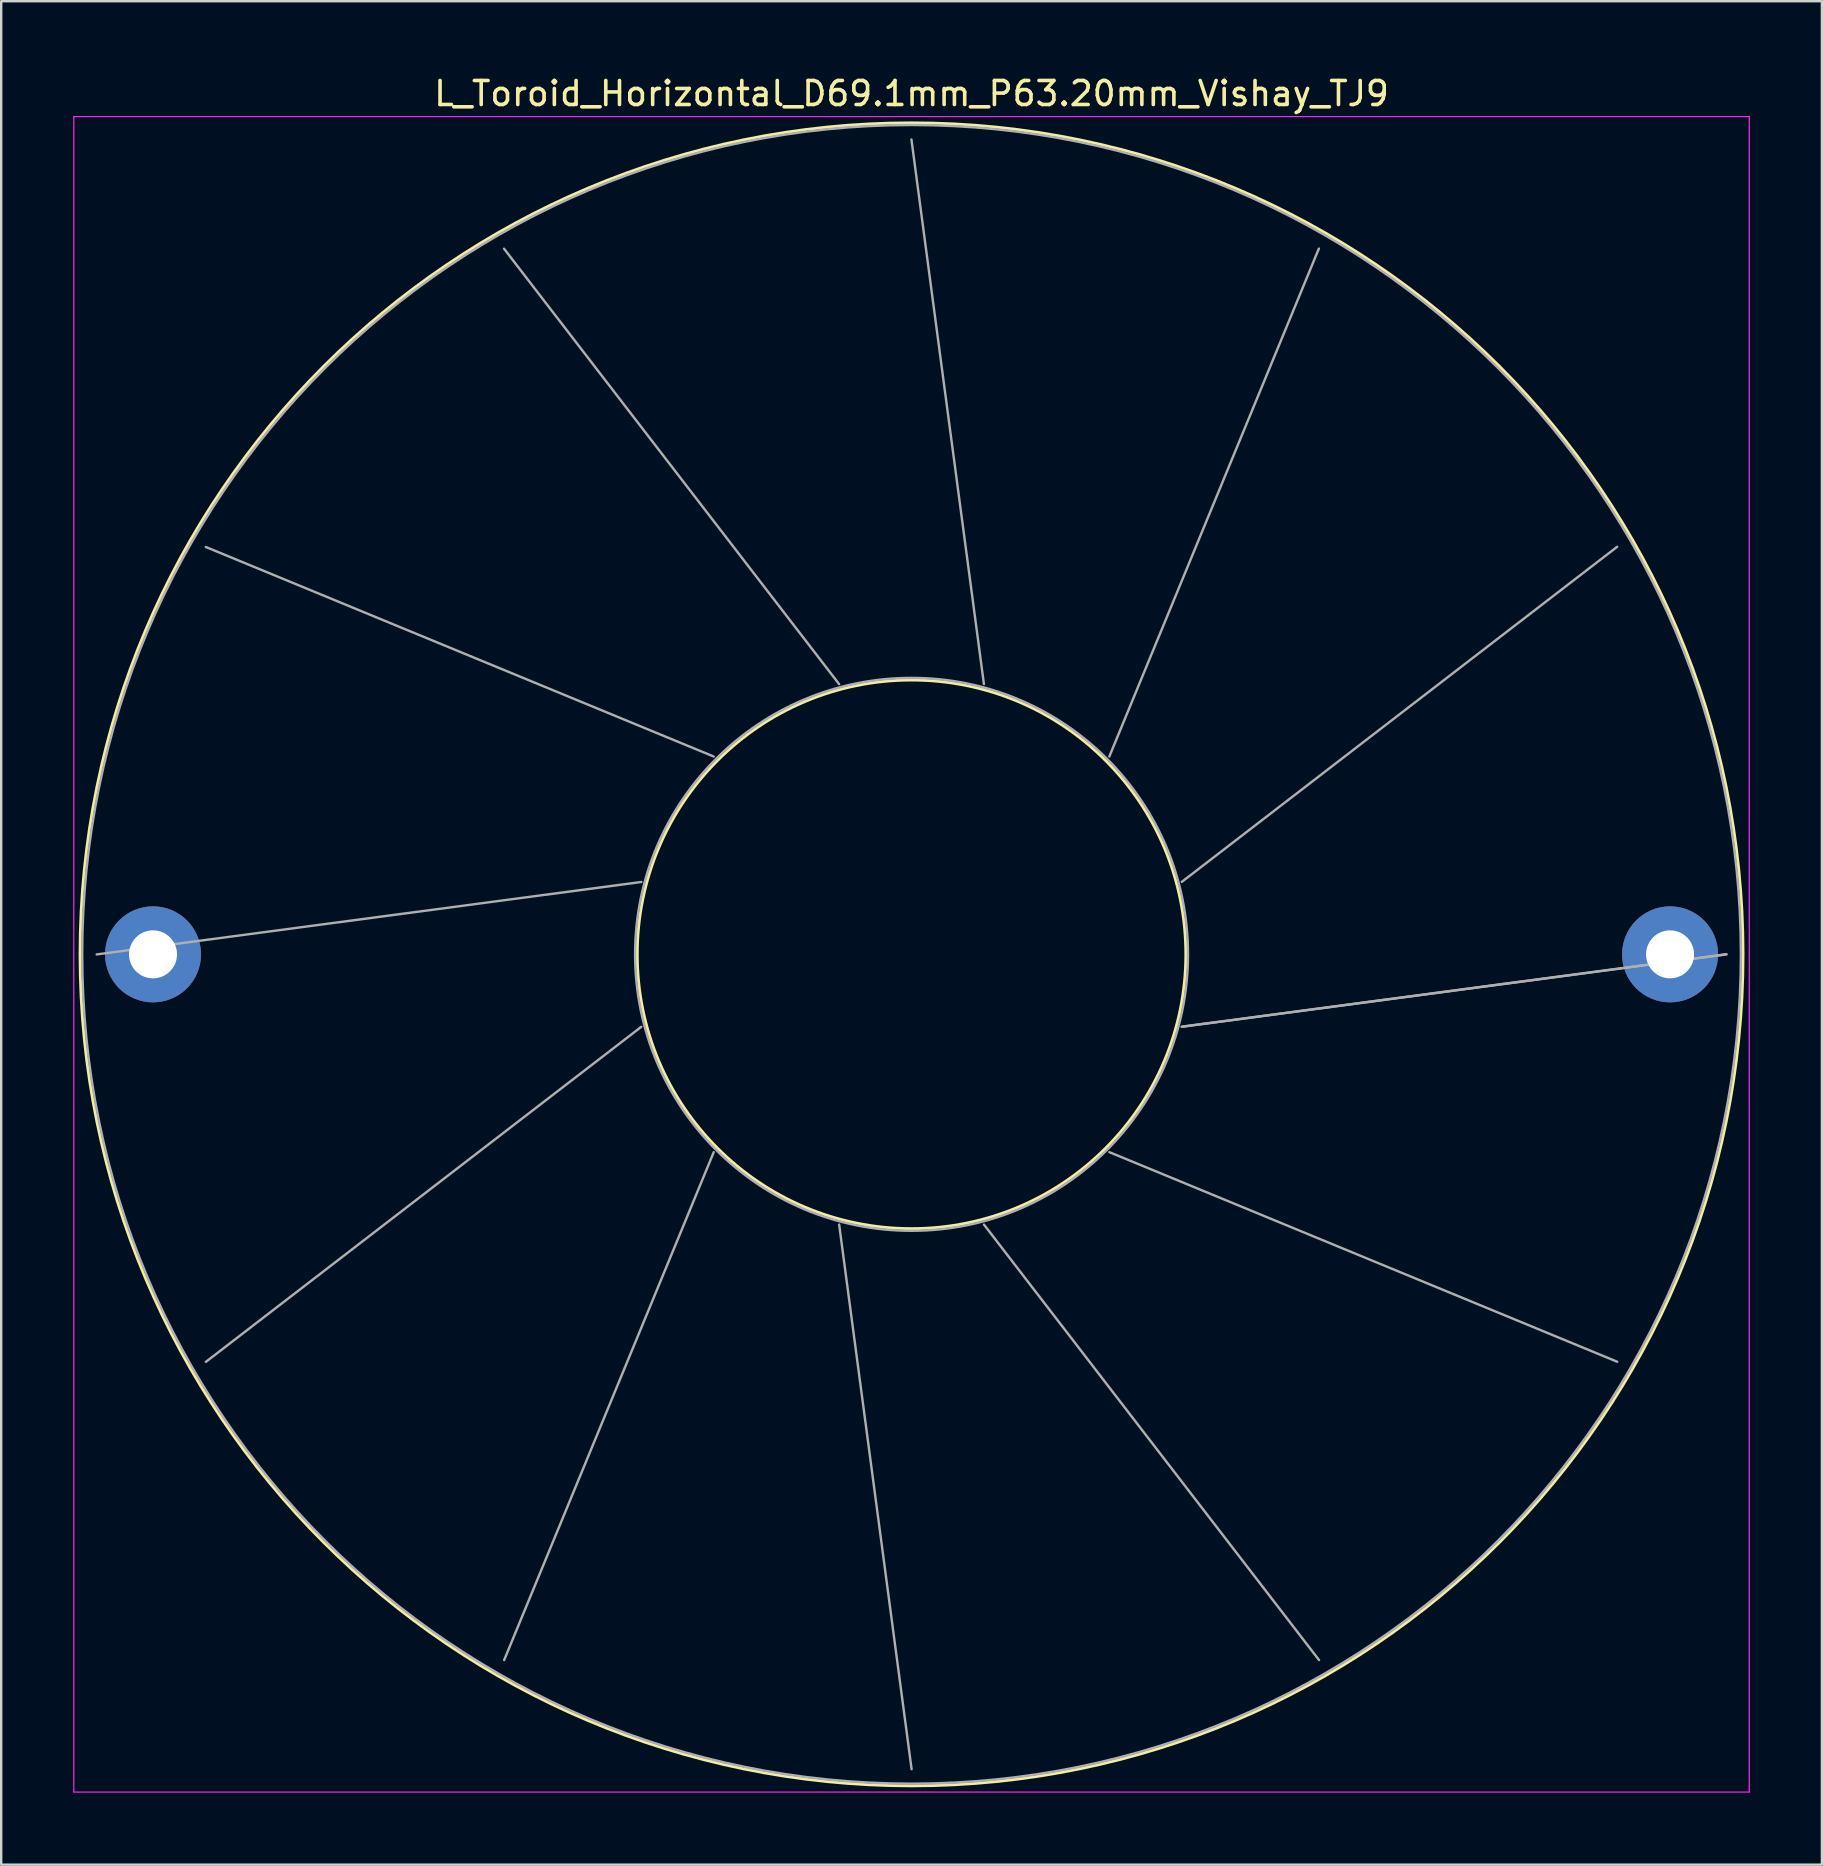
<source format=kicad_pcb>
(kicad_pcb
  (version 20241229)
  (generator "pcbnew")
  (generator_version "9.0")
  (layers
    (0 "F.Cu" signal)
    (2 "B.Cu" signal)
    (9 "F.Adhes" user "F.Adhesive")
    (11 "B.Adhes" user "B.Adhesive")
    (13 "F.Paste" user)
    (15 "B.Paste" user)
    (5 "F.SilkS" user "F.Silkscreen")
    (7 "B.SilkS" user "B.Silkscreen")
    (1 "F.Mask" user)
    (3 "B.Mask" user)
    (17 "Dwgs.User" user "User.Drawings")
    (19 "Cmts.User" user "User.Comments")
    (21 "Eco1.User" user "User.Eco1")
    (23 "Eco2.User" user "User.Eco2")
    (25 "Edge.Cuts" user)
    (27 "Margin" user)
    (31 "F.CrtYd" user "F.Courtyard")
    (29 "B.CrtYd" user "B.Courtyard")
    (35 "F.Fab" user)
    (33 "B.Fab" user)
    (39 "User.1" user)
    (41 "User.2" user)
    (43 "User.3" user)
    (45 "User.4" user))
  (footprint "L_Toroid_Horizontal_D69.1mm_P63.20mm_Vishay_TJ9"
    (layer "F.Cu")
    (at 3.325 36.708)
    (property "Reference" "L_Toroid_Horizontal_D69.1mm_P63.20mm_Vishay_TJ9" (at 31.6 -35.86 0) (layer "F.SilkS") (effects (font (size 1 1) (thickness 0.15))))
    (attr through_hole)
    (fp_circle (center 31.6 0) (end 43.027 0) (stroke (width 0.12) (type solid)) (fill no) (layer "F.SilkS"))
    (fp_circle (center 31.6 0) (end 66.24 0) (stroke (width 0.12) (type solid)) (fill no) (layer "F.SilkS"))
    (fp_line (start -3.3 -34.9) (end -3.3 34.9) (stroke (width 0.05) (type solid)) (layer "F.CrtYd"))
    (fp_line (start -3.3 34.9) (end 66.5 34.9) (stroke (width 0.05) (type solid)) (layer "F.CrtYd"))
    (fp_line (start 66.5 -34.9) (end -3.3 -34.9) (stroke (width 0.05) (type solid)) (layer "F.CrtYd"))
    (fp_line (start 66.5 34.9) (end 66.5 -34.9) (stroke (width 0.05) (type solid)) (layer "F.CrtYd"))
    (fp_line (start -2.347 0.003) (end 20.342 -3.015) (stroke (width 0.1) (type solid)) (layer "F.Fab"))
    (fp_line (start 2.199 -16.97) (end 23.358 -8.241) (stroke (width 0.1) (type solid)) (layer "F.Fab"))
    (fp_line (start 2.202 16.976) (end 20.342 3.018) (stroke (width 0.1) (type solid)) (layer "F.Fab"))
    (fp_line (start 14.623 -29.397) (end 28.582 -11.258) (stroke (width 0.1) (type solid)) (layer "F.Fab"))
    (fp_line (start 14.628 29.4) (end 23.359 8.242) (stroke (width 0.1) (type solid)) (layer "F.Fab"))
    (fp_line (start 31.595 -33.947) (end 34.615 -11.259) (stroke (width 0.1) (type solid)) (layer "F.Fab"))
    (fp_line (start 31.602 33.947) (end 28.584 11.258) (stroke (width 0.1) (type solid)) (layer "F.Fab"))
    (fp_line (start 48.569 -29.402) (end 39.84 -8.243) (stroke (width 0.1) (type solid)) (layer "F.Fab"))
    (fp_line (start 48.575 29.399) (end 34.617 11.258) (stroke (width 0.1) (type solid)) (layer "F.Fab"))
    (fp_line (start 60.996 -16.979) (end 42.858 -3.019) (stroke (width 0.1) (type solid)) (layer "F.Fab"))
    (fp_line (start 60.999 16.973) (end 39.842 8.241) (stroke (width 0.1) (type solid)) (layer "F.Fab"))
    (fp_line (start 65.547 -0.006) (end 42.859 3.014) (stroke (width 0.1) (type solid)) (layer "F.Fab"))
    (fp_line (start 65.547 0) (end 42.858 3.017) (stroke (width 0.1) (type solid)) (layer "F.Fab"))
    (fp_circle (center 31.6 0) (end 43.117 0) (stroke (width 0.1) (type solid)) (fill no) (layer "F.Fab"))
    (fp_circle (center 31.6 0) (end 66.15 0) (stroke (width 0.1) (type solid)) (fill no) (layer "F.Fab"))
    (pad "1" thru_hole circle (at 0 0) (size 4 4) (drill 2) (layers "*.Cu" "*.Mask"))
    (pad "2" thru_hole circle (at 63.2 0) (size 4 4) (drill 2) (layers "*.Cu" "*.Mask")))
  (gr_rect
    (start -3 -3)
    (end 72.85 74.633)
    (stroke (width 0.1) (type default))
    (fill no)
    (layer "Edge.Cuts")))
</source>
